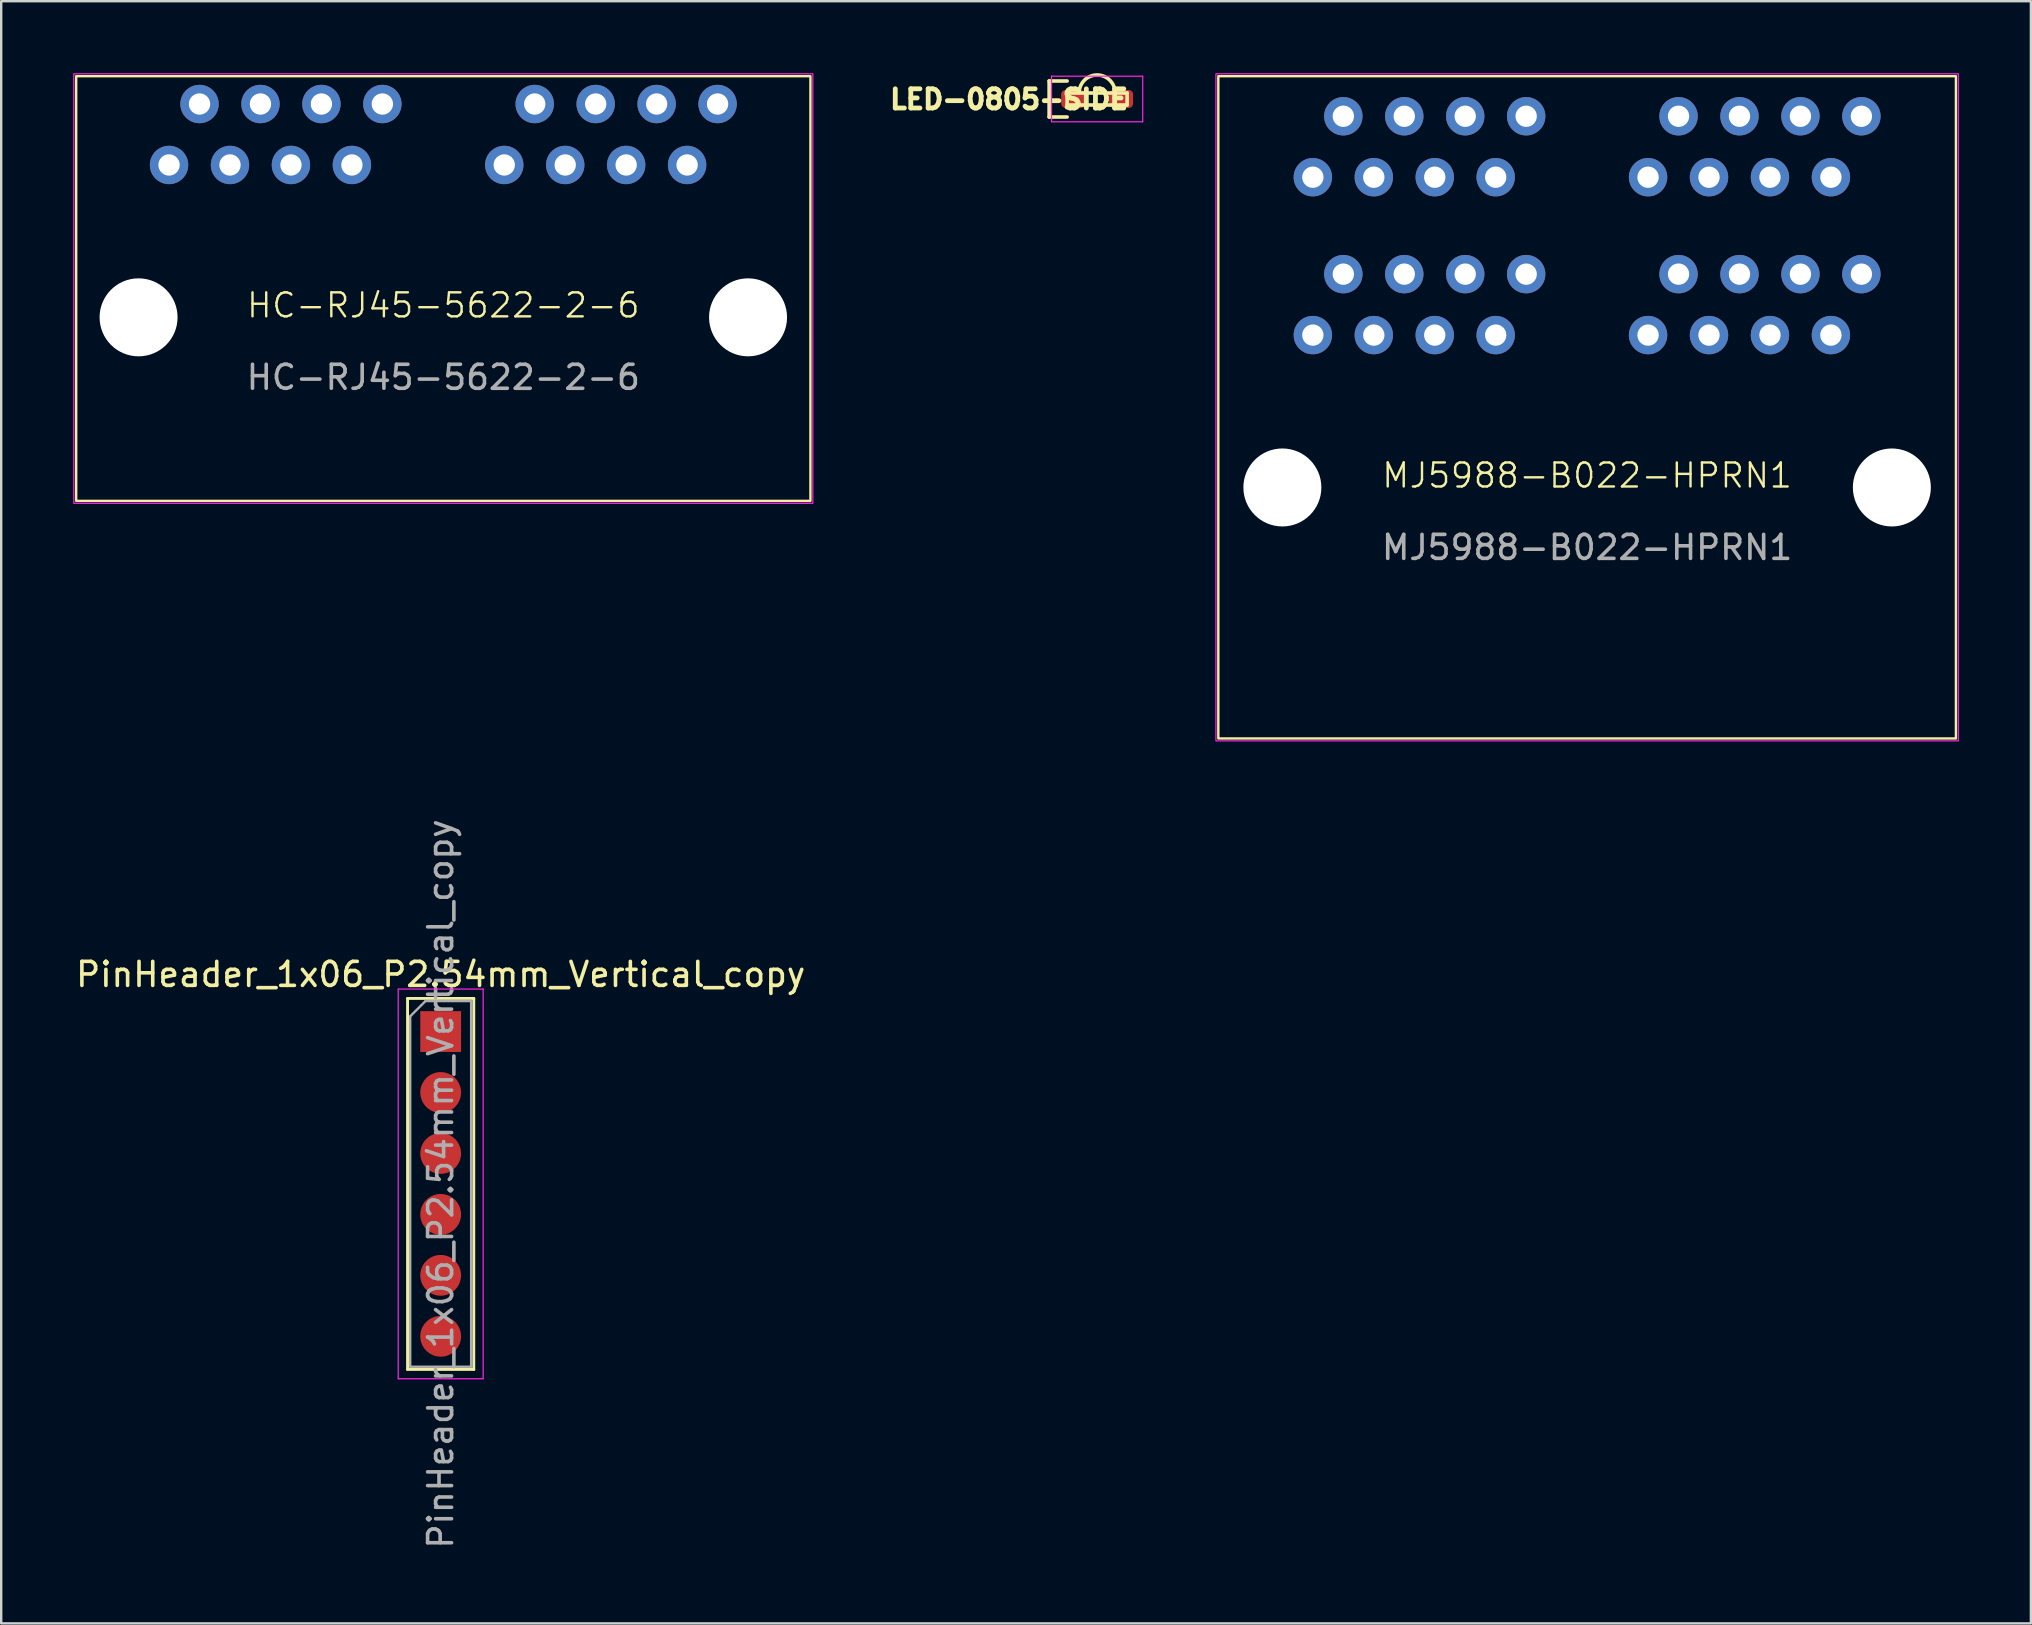
<source format=kicad_pcb>
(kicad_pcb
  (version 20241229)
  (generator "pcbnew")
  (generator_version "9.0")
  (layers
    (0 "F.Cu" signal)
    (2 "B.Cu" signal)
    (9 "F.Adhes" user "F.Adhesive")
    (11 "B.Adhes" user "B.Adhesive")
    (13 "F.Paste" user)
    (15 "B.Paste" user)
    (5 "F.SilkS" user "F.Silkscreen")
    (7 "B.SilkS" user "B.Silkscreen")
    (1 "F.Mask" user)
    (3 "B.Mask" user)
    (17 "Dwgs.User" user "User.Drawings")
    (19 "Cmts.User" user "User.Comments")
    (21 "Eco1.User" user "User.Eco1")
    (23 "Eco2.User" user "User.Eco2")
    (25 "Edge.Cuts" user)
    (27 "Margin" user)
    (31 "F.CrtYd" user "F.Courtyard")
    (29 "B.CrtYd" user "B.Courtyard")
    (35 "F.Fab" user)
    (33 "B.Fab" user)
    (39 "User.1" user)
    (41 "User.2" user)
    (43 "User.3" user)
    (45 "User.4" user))
  (footprint "LED-0805-SIDE"
    (layer "F.Cu")
    (at 42.673 1.075)
    (property "Reference" "LED-0805-SIDE" (at -3.67 0.016 0) (layer "F.SilkS") (effects (font (size 0.8 0.8) (thickness 0.2))))
    (attr smd)
    (fp_line (start -2 0.75) (end -2 -0.75) (stroke (width 0.15) (type solid)) (layer "F.SilkS"))
    (fp_line (start -1.25 -0.75) (end -2 -0.75) (stroke (width 0.15) (type solid)) (layer "F.SilkS"))
    (fp_line (start -1.25 -0.25) (end -1.25 0.25) (stroke (width 0.15) (type solid)) (layer "F.SilkS"))
    (fp_line (start -1.25 0.25) (end 1.25 0.25) (stroke (width 0.15) (type solid)) (layer "F.SilkS"))
    (fp_line (start -1.25 0.75) (end -2 0.75) (stroke (width 0.15) (type solid)) (layer "F.SilkS"))
    (fp_line (start 1.25 -0.25) (end -1.25 -0.25) (stroke (width 0.15) (type solid)) (layer "F.SilkS"))
    (fp_line (start 1.25 0.25) (end 1.25 -0.25) (stroke (width 0.15) (type solid)) (layer "F.SilkS"))
    (fp_arc (start -0.75 -0.25) (mid 0 -1) (end 0.75 -0.25) (stroke (width 0.15) (type solid)) (layer "F.SilkS"))
    (fp_line (start -1.9 -0.95) (end 1.9 -0.95) (stroke (width 0.05) (type solid)) (layer "F.CrtYd"))
    (fp_line (start -1.9 0.95) (end -1.9 -0.95) (stroke (width 0.05) (type solid)) (layer "F.CrtYd"))
    (fp_line (start 1.9 -0.95) (end 1.9 0.95) (stroke (width 0.05) (type solid)) (layer "F.CrtYd"))
    (fp_line (start 1.9 0.95) (end -1.9 0.95) (stroke (width 0.05) (type solid)) (layer "F.CrtYd"))
    (pad "1" smd roundrect (at -1 0 180) (size 1 0.75) (layers "F.Cu" "F.Mask" "F.Paste") (roundrect_rratio 0.25))
    (pad "2" smd roundrect (at 1 0 180) (size 1 0.75) (layers "F.Cu" "F.Mask" "F.Paste") (roundrect_rratio 0.25)))
  (footprint "HC-RJ45-5622-2-6"
    (layer "F.Cu")
    (at 15.425 17.825)
    (property "Reference" "HC-RJ45-5622-2-6" (at 0 -8.15 0) (unlocked yes) (layer "F.SilkS") (effects (font (size 1 1) (thickness 0.1))))
    (attr through_hole)
    (fp_rect (start -15.3 -17.7) (end 15.3 0) (stroke (width 0.1) (type default)) (fill no) (layer "F.SilkS"))
    (fp_rect (start -15.4 -17.8) (end 15.4 0.1) (stroke (width 0.05) (type default)) (fill no) (layer "F.CrtYd"))
    (fp_text user "${REFERENCE}" (at 0 -5.15 0) (unlocked yes) (layer "F.Fab") (effects (font (size 1 1) (thickness 0.15))))
    (pad "" np_thru_hole circle (at -12.7 -7.65) (size 3.25 3.25) (drill 3.25) (layers "*.Cu" "*.Mask"))
    (pad "" np_thru_hole circle (at 12.7 -7.65) (size 3.25 3.25) (drill 3.25) (layers "*.Cu" "*.Mask"))
    (pad "A1" thru_hole circle (at 2.54 -14) (size 1.6 1.6) (drill 0.89) (layers "*.Cu" "*.Mask"))
    (pad "A2" thru_hole circle (at 3.81 -16.54) (size 1.6 1.6) (drill 0.89) (layers "*.Cu" "*.Mask"))
    (pad "A3" thru_hole circle (at 5.08 -14) (size 1.6 1.6) (drill 0.89) (layers "*.Cu" "*.Mask"))
    (pad "A4" thru_hole circle (at 6.35 -16.54) (size 1.6 1.6) (drill 0.89) (layers "*.Cu" "*.Mask"))
    (pad "A5" thru_hole circle (at 7.62 -14) (size 1.6 1.6) (drill 0.89) (layers "*.Cu" "*.Mask"))
    (pad "A6" thru_hole circle (at 8.89 -16.54) (size 1.6 1.6) (drill 0.89) (layers "*.Cu" "*.Mask"))
    (pad "A7" thru_hole circle (at 10.16 -14) (size 1.6 1.6) (drill 0.89) (layers "*.Cu" "*.Mask"))
    (pad "A8" thru_hole circle (at 11.43 -16.54) (size 1.6 1.6) (drill 0.89) (layers "*.Cu" "*.Mask"))
    (pad "B1" thru_hole circle (at -11.43 -14) (size 1.6 1.6) (drill 0.89) (layers "*.Cu" "*.Mask"))
    (pad "B2" thru_hole circle (at -10.16 -16.54) (size 1.6 1.6) (drill 0.89) (layers "*.Cu" "*.Mask"))
    (pad "B3" thru_hole circle (at -8.89 -14) (size 1.6 1.6) (drill 0.89) (layers "*.Cu" "*.Mask"))
    (pad "B4" thru_hole circle (at -7.62 -16.54 90) (size 1.6 1.6) (drill 0.89) (layers "*.Cu" "*.Mask"))
    (pad "B5" thru_hole circle (at -6.35 -14) (size 1.6 1.6) (drill 0.89) (layers "*.Cu" "*.Mask"))
    (pad "B6" thru_hole circle (at -5.08 -16.54) (size 1.6 1.6) (drill 0.89) (layers "*.Cu" "*.Mask"))
    (pad "B7" thru_hole circle (at -3.81 -14) (size 1.6 1.6) (drill 0.89) (layers "*.Cu" "*.Mask"))
    (pad "B8" thru_hole circle (at -2.54 -16.54) (size 1.6 1.6) (drill 0.89) (layers "*.Cu" "*.Mask")))
  (footprint "MJ5988-B022-HPRN1"
    (layer "F.Cu")
    (at 63.093 27.725)
    (property "Reference" "MJ5988-B022-HPRN1" (at 0 -10.96 0) (unlocked yes) (layer "F.SilkS") (effects (font (size 1 1) (thickness 0.1))))
    (attr through_hole)
    (fp_rect (start -15.37 -27.6) (end 15.37 0) (stroke (width 0.1) (type default)) (fill no) (layer "F.SilkS"))
    (fp_rect (start -15.47 -27.7) (end 15.47 0.1) (stroke (width 0.05) (type default)) (fill no) (layer "F.CrtYd"))
    (fp_text user "${REFERENCE}" (at 0 -7.96 0) (unlocked yes) (layer "F.Fab") (effects (font (size 1 1) (thickness 0.15))))
    (pad "" np_thru_hole circle (at -12.7 -10.46) (size 3.25 3.25) (drill 3.25) (layers "*.Cu" "*.Mask"))
    (pad "" np_thru_hole circle (at 12.7 -10.46) (size 3.25 3.25) (drill 3.25) (layers "*.Cu" "*.Mask"))
    (pad "A1" thru_hole circle (at 2.54 -16.81) (size 1.6 1.6) (drill 0.89) (layers "*.Cu" "*.Mask"))
    (pad "A2" thru_hole circle (at 3.81 -19.35) (size 1.6 1.6) (drill 0.89) (layers "*.Cu" "*.Mask"))
    (pad "A3" thru_hole circle (at 5.08 -16.81) (size 1.6 1.6) (drill 0.89) (layers "*.Cu" "*.Mask"))
    (pad "A4" thru_hole circle (at 6.35 -19.35) (size 1.6 1.6) (drill 0.89) (layers "*.Cu" "*.Mask"))
    (pad "A5" thru_hole circle (at 7.62 -16.81) (size 1.6 1.6) (drill 0.89) (layers "*.Cu" "*.Mask"))
    (pad "A6" thru_hole circle (at 8.89 -19.35) (size 1.6 1.6) (drill 0.89) (layers "*.Cu" "*.Mask"))
    (pad "A7" thru_hole circle (at 10.16 -16.81) (size 1.6 1.6) (drill 0.89) (layers "*.Cu" "*.Mask"))
    (pad "A8" thru_hole circle (at 11.43 -19.35) (size 1.6 1.6) (drill 0.89) (layers "*.Cu" "*.Mask"))
    (pad "B1" thru_hole circle (at -11.43 -16.81) (size 1.6 1.6) (drill 0.89) (layers "*.Cu" "*.Mask"))
    (pad "B2" thru_hole circle (at -10.16 -19.35) (size 1.6 1.6) (drill 0.89) (layers "*.Cu" "*.Mask"))
    (pad "B3" thru_hole circle (at -8.89 -16.81) (size 1.6 1.6) (drill 0.89) (layers "*.Cu" "*.Mask"))
    (pad "B4" thru_hole circle (at -7.62 -19.35 90) (size 1.6 1.6) (drill 0.89) (layers "*.Cu" "*.Mask"))
    (pad "B5" thru_hole circle (at -6.35 -16.81) (size 1.6 1.6) (drill 0.89) (layers "*.Cu" "*.Mask"))
    (pad "B6" thru_hole circle (at -5.08 -19.35) (size 1.6 1.6) (drill 0.89) (layers "*.Cu" "*.Mask"))
    (pad "B7" thru_hole circle (at -3.81 -16.81) (size 1.6 1.6) (drill 0.89) (layers "*.Cu" "*.Mask"))
    (pad "B8" thru_hole circle (at -2.54 -19.35) (size 1.6 1.6) (drill 0.89) (layers "*.Cu" "*.Mask"))
    (pad "C1" thru_hole circle (at 11.43 -25.93) (size 1.6 1.6) (drill 0.89) (layers "*.Cu" "*.Mask"))
    (pad "C2" thru_hole circle (at 10.16 -23.39) (size 1.6 1.6) (drill 0.89) (layers "*.Cu" "*.Mask"))
    (pad "C3" thru_hole circle (at 8.89 -25.93) (size 1.6 1.6) (drill 0.89) (layers "*.Cu" "*.Mask"))
    (pad "C4" thru_hole circle (at 7.62 -23.39) (size 1.6 1.6) (drill 0.89) (layers "*.Cu" "*.Mask"))
    (pad "C5" thru_hole circle (at 6.35 -25.93) (size 1.6 1.6) (drill 0.89) (layers "*.Cu" "*.Mask"))
    (pad "C6" thru_hole circle (at 5.08 -23.39) (size 1.6 1.6) (drill 0.89) (layers "*.Cu" "*.Mask"))
    (pad "C7" thru_hole circle (at 3.81 -25.93) (size 1.6 1.6) (drill 0.89) (layers "*.Cu" "*.Mask"))
    (pad "C8" thru_hole circle (at 2.54 -23.39) (size 1.6 1.6) (drill 0.89) (layers "*.Cu" "*.Mask"))
    (pad "D1" thru_hole circle (at -2.54 -25.93) (size 1.6 1.6) (drill 0.89) (layers "*.Cu" "*.Mask"))
    (pad "D2" thru_hole circle (at -3.81 -23.39) (size 1.6 1.6) (drill 0.89) (layers "*.Cu" "*.Mask"))
    (pad "D3" thru_hole circle (at -5.08 -25.93) (size 1.6 1.6) (drill 0.89) (layers "*.Cu" "*.Mask"))
    (pad "D4" thru_hole circle (at -6.35 -23.39) (size 1.6 1.6) (drill 0.89) (layers "*.Cu" "*.Mask"))
    (pad "D5" thru_hole circle (at -7.62 -25.93) (size 1.6 1.6) (drill 0.89) (layers "*.Cu" "*.Mask"))
    (pad "D6" thru_hole circle (at -8.89 -23.39) (size 1.6 1.6) (drill 0.89) (layers "*.Cu" "*.Mask"))
    (pad "D7" thru_hole circle (at -10.16 -25.93) (size 1.6 1.6) (drill 0.89) (layers "*.Cu" "*.Mask"))
    (pad "D8" thru_hole circle (at -11.43 -23.39) (size 1.6 1.6) (drill 0.89) (layers "*.Cu" "*.Mask")))
  (footprint "PinHeader_1x06_P2.54mm_Vertical_copy"
    (layer "F.Cu")
    (at 15.315 39.94)
    (property "Reference" "PinHeader_1x06_P2.54mm_Vertical_copy" (at 0 -2.38 0) (layer "F.SilkS") (effects (font (size 1 1) (thickness 0.15))))
    (attr through_hole)
    (fp_line (start -1.38 -1.38) (end -1.38 14.08) (stroke (width 0.12) (type solid)) (layer "F.SilkS"))
    (fp_line (start -1.38 -1.38) (end 1.38 -1.38) (stroke (width 0.12) (type solid)) (layer "F.SilkS"))
    (fp_line (start -1.38 14.08) (end 1.38 14.08) (stroke (width 0.12) (type solid)) (layer "F.SilkS"))
    (fp_line (start 1.38 -1.38) (end 1.38 14.08) (stroke (width 0.12) (type solid)) (layer "F.SilkS"))
    (fp_line (start -1.77 -1.77) (end -1.77 14.47) (stroke (width 0.05) (type solid)) (layer "F.CrtYd"))
    (fp_line (start -1.77 14.47) (end 1.77 14.47) (stroke (width 0.05) (type solid)) (layer "F.CrtYd"))
    (fp_line (start 1.77 -1.77) (end -1.77 -1.77) (stroke (width 0.05) (type solid)) (layer "F.CrtYd"))
    (fp_line (start 1.77 14.47) (end 1.77 -1.77) (stroke (width 0.05) (type solid)) (layer "F.CrtYd"))
    (fp_line (start -1.27 -0.635) (end -0.635 -1.27) (stroke (width 0.1) (type solid)) (layer "F.Fab"))
    (fp_line (start -1.27 13.97) (end -1.27 -0.635) (stroke (width 0.1) (type solid)) (layer "F.Fab"))
    (fp_line (start -0.635 -1.27) (end 1.27 -1.27) (stroke (width 0.1) (type solid)) (layer "F.Fab"))
    (fp_line (start 1.27 -1.27) (end 1.27 13.97) (stroke (width 0.1) (type solid)) (layer "F.Fab"))
    (fp_line (start 1.27 13.97) (end -1.27 13.97) (stroke (width 0.1) (type solid)) (layer "F.Fab"))
    (fp_text user "${REFERENCE}" (at 0 6.35 90) (layer "F.Fab") (effects (font (size 1 1) (thickness 0.15))))
    (pad "1" smd rect (at 0 0) (size 1.7 1.7) (layers "F.Cu" "F.Mask"))
    (pad "2" smd circle (at 0 2.54) (size 1.7 1.7) (layers "F.Cu" "F.Mask"))
    (pad "3" smd circle (at 0 5.08) (size 1.7 1.7) (layers "F.Cu" "F.Mask"))
    (pad "4" smd circle (at 0 7.62) (size 1.7 1.7) (layers "F.Cu" "F.Mask"))
    (pad "5" smd circle (at 0 10.16) (size 1.7 1.7) (layers "F.Cu" "F.Mask"))
    (pad "6" smd circle (at 0 12.7) (size 1.7 1.7) (layers "F.Cu" "F.Mask")))
  (gr_rect
    (start -3 -3)
    (end 81.588 64.606)
    (stroke (width 0.1) (type default))
    (fill no)
    (layer "Edge.Cuts")))
</source>
